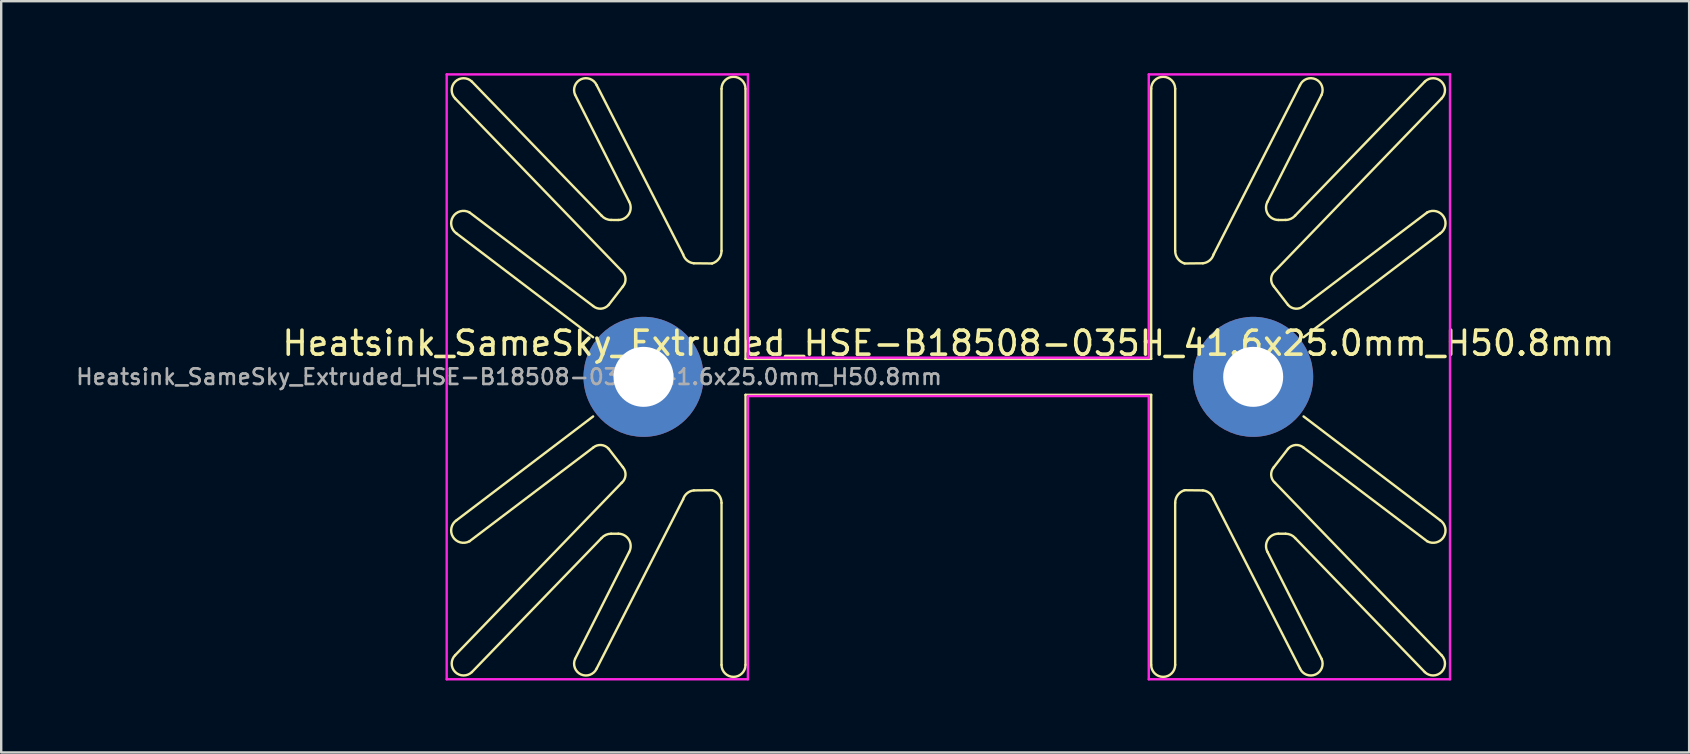
<source format=kicad_pcb>
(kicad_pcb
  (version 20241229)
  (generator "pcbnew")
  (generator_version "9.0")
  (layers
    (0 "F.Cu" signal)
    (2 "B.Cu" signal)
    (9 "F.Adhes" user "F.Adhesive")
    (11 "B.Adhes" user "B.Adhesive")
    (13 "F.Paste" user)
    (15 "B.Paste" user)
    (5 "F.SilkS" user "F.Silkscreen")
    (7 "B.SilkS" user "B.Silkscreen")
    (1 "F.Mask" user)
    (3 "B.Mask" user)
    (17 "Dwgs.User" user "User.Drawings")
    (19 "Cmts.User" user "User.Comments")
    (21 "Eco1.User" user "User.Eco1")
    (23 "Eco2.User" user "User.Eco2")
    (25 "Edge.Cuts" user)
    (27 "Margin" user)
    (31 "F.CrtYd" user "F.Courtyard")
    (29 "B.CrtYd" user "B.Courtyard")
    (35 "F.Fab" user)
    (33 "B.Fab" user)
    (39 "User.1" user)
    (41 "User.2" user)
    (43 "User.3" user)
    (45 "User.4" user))
  (footprint "Heatsink_SameSky_Extruded_HSE-B18508-035H_41.6x25.0mm_H50.8mm"
    (layer "F.Cu")
    (at 36.46 12.65)
    (property "Reference" "Heatsink_SameSky_Extruded_HSE-B18508-035H_41.6x25.0mm_H50.8mm" (at 0 -1.4 0) (layer "F.SilkS") (effects (font (size 1 1) (thickness 0.15))))
    (attr through_hole)
    (fp_line (start -19.95 -6.85) (end -14.8 -2.95) (stroke (width 0.1) (type default)) (layer "F.SilkS"))
    (fp_line (start -19.95 6.85) (end -14.8 2.95) (stroke (width 0.1) (type default)) (layer "F.SilkS"))
    (fp_line (start -19.85 -12.3) (end -14.45 -6.718) (stroke (width 0.1) (type default)) (layer "F.SilkS"))
    (fp_line (start -19.85 12.3) (end -14.45 6.718) (stroke (width 0.1) (type default)) (layer "F.SilkS"))
    (fp_line (start -14.8 -1.65) (end -20.486 -5.972) (stroke (width 0.1) (type default)) (layer "F.SilkS"))
    (fp_line (start -14.8 1.65) (end -20.486 5.972) (stroke (width 0.1) (type default)) (layer "F.SilkS"))
    (fp_line (start -14.15 -3) (end -13.56 -3.765) (stroke (width 0.1) (type default)) (layer "F.SilkS"))
    (fp_line (start -14.15 3) (end -13.56 3.765) (stroke (width 0.1) (type default)) (layer "F.SilkS"))
    (fp_line (start -14.05 -6.536) (end -13.75 -6.535) (stroke (width 0.1) (type default)) (layer "F.SilkS"))
    (fp_line (start -14.05 6.536) (end -13.75 6.535) (stroke (width 0.1) (type default)) (layer "F.SilkS"))
    (fp_line (start -13.61 -4.415) (end -20.55 -11.6) (stroke (width 0.1) (type default)) (layer "F.SilkS"))
    (fp_line (start -13.61 4.415) (end -20.55 11.6) (stroke (width 0.1) (type default)) (layer "F.SilkS"))
    (fp_line (start -13.3 -7.3) (end -15.55 -11.75) (stroke (width 0.1) (type default)) (layer "F.SilkS"))
    (fp_line (start -13.3 7.3) (end -15.55 11.75) (stroke (width 0.1) (type default)) (layer "F.SilkS"))
    (fp_line (start -11.05 -5.1) (end -14.65 -12.15) (stroke (width 0.1) (type default)) (layer "F.SilkS"))
    (fp_line (start -11.05 5.1) (end -14.65 12.15) (stroke (width 0.1) (type default)) (layer "F.SilkS"))
    (fp_line (start -10.602 -4.731) (end -9.842 -4.723) (stroke (width 0.1) (type default)) (layer "F.SilkS"))
    (fp_line (start -10.602 4.731) (end -9.842 4.723) (stroke (width 0.1) (type default)) (layer "F.SilkS"))
    (fp_line (start -9.45 -12) (end -9.45 -5.25) (stroke (width 0.1) (type default)) (layer "F.SilkS"))
    (fp_line (start -9.45 12) (end -9.45 5.25) (stroke (width 0.1) (type default)) (layer "F.SilkS"))
    (fp_line (start -8.45 -0.75) (end -8.45 -12) (stroke (width 0.1) (type default)) (layer "F.SilkS"))
    (fp_line (start -8.45 0.75) (end -8.45 12) (stroke (width 0.1) (type default)) (layer "F.SilkS"))
    (fp_line (start 8.45 -0.75) (end -8.45 -0.75) (stroke (width 0.1) (type default)) (layer "F.SilkS"))
    (fp_line (start 8.45 -0.75) (end 8.45 -12) (stroke (width 0.1) (type default)) (layer "F.SilkS"))
    (fp_line (start 8.45 0.75) (end -8.45 0.75) (stroke (width 0.1) (type default)) (layer "F.SilkS"))
    (fp_line (start 8.45 0.75) (end 8.45 12) (stroke (width 0.1) (type default)) (layer "F.SilkS"))
    (fp_line (start 9.45 -12) (end 9.45 -5.25) (stroke (width 0.1) (type default)) (layer "F.SilkS"))
    (fp_line (start 9.45 12) (end 9.45 5.25) (stroke (width 0.1) (type default)) (layer "F.SilkS"))
    (fp_line (start 10.602 -4.731) (end 9.842 -4.723) (stroke (width 0.1) (type default)) (layer "F.SilkS"))
    (fp_line (start 10.602 4.731) (end 9.842 4.723) (stroke (width 0.1) (type default)) (layer "F.SilkS"))
    (fp_line (start 11.05 -5.1) (end 14.65 -12.15) (stroke (width 0.1) (type default)) (layer "F.SilkS"))
    (fp_line (start 11.05 5.1) (end 14.65 12.15) (stroke (width 0.1) (type default)) (layer "F.SilkS"))
    (fp_line (start 13.3 -7.3) (end 15.55 -11.75) (stroke (width 0.1) (type default)) (layer "F.SilkS"))
    (fp_line (start 13.3 7.3) (end 15.55 11.75) (stroke (width 0.1) (type default)) (layer "F.SilkS"))
    (fp_line (start 13.61 -4.415) (end 20.55 -11.6) (stroke (width 0.1) (type default)) (layer "F.SilkS"))
    (fp_line (start 13.61 4.415) (end 20.55 11.6) (stroke (width 0.1) (type default)) (layer "F.SilkS"))
    (fp_line (start 14.05 -6.536) (end 13.75 -6.535) (stroke (width 0.1) (type default)) (layer "F.SilkS"))
    (fp_line (start 14.05 6.536) (end 13.75 6.535) (stroke (width 0.1) (type default)) (layer "F.SilkS"))
    (fp_line (start 14.15 -3) (end 13.56 -3.765) (stroke (width 0.1) (type default)) (layer "F.SilkS"))
    (fp_line (start 14.15 3) (end 13.56 3.765) (stroke (width 0.1) (type default)) (layer "F.SilkS"))
    (fp_line (start 14.8 -1.65) (end 20.486 -5.972) (stroke (width 0.1) (type default)) (layer "F.SilkS"))
    (fp_line (start 14.8 1.65) (end 20.486 5.972) (stroke (width 0.1) (type default)) (layer "F.SilkS"))
    (fp_line (start 19.85 -12.3) (end 14.45 -6.718) (stroke (width 0.1) (type default)) (layer "F.SilkS"))
    (fp_line (start 19.85 12.3) (end 14.45 6.718) (stroke (width 0.1) (type default)) (layer "F.SilkS"))
    (fp_line (start 19.95 -6.85) (end 14.8 -2.95) (stroke (width 0.1) (type default)) (layer "F.SilkS"))
    (fp_line (start 19.95 6.85) (end 14.8 2.95) (stroke (width 0.1) (type default)) (layer "F.SilkS"))
    (fp_arc (start -20.55 -11.6) (mid -20.55 -12.3) (end -19.85 -12.3) (stroke (width 0.1) (type default)) (layer "F.SilkS"))
    (fp_arc (start -20.48555 -5.971675) (mid -20.639523 -6.667995) (end -19.95 -6.85) (stroke (width 0.1) (type default)) (layer "F.SilkS"))
    (fp_arc (start -19.95 6.85) (mid -20.639522 6.667994) (end -20.48555 5.971675) (stroke (width 0.1) (type default)) (layer "F.SilkS"))
    (fp_arc (start -19.85 12.3) (mid -20.55 12.3) (end -20.55 11.6) (stroke (width 0.1) (type default)) (layer "F.SilkS"))
    (fp_arc (start -15.55 -11.75) (mid -15.3 -12.4) (end -14.65 -12.15) (stroke (width 0.1) (type default)) (layer "F.SilkS"))
    (fp_arc (start -14.8 2.95) (mid -14.464645 2.840381) (end -14.15 3) (stroke (width 0.1) (type default)) (layer "F.SilkS"))
    (fp_arc (start -14.65 12.15) (mid -15.3 12.4) (end -15.55 11.75) (stroke (width 0.1) (type default)) (layer "F.SilkS"))
    (fp_arc (start -14.45 6.717721) (mid -14.269627 6.583713) (end -14.05 6.536214) (stroke (width 0.1) (type default)) (layer "F.SilkS"))
    (fp_arc (start -14.15 -3) (mid -14.464645 -2.840381) (end -14.8 -2.95) (stroke (width 0.1) (type default)) (layer "F.SilkS"))
    (fp_arc (start -14.05 -6.536214) (mid -14.269627 -6.583713) (end -14.45 -6.717721) (stroke (width 0.1) (type default)) (layer "F.SilkS"))
    (fp_arc (start -13.75 6.535218) (mid -13.306324 6.78894) (end -13.3 7.3) (stroke (width 0.1) (type default)) (layer "F.SilkS"))
    (fp_arc (start -13.609619 -4.414645) (mid -13.45 -4.1) (end -13.559619 -3.764645) (stroke (width 0.1) (type default)) (layer "F.SilkS"))
    (fp_arc (start -13.559619 3.764645) (mid -13.45 4.1) (end -13.609619 4.414645) (stroke (width 0.1) (type default)) (layer "F.SilkS"))
    (fp_arc (start -13.3 -7.3) (mid -13.306325 -6.78894) (end -13.75 -6.535218) (stroke (width 0.1) (type default)) (layer "F.SilkS"))
    (fp_arc (start -11.05 5.1) (mid -10.882082 4.847233) (end -10.601942 4.730576) (stroke (width 0.1) (type default)) (layer "F.SilkS"))
    (fp_arc (start -10.601942 -4.730576) (mid -10.882082 -4.847233) (end -11.05 -5.1) (stroke (width 0.1) (type default)) (layer "F.SilkS"))
    (fp_arc (start -9.841959 4.723196) (mid -9.558739 4.921688) (end -9.45 5.25) (stroke (width 0.1) (type default)) (layer "F.SilkS"))
    (fp_arc (start -9.45 -12) (mid -8.95 -12.5) (end -8.45 -12) (stroke (width 0.1) (type default)) (layer "F.SilkS"))
    (fp_arc (start -9.45 -5.25) (mid -9.558739 -4.921688) (end -9.841959 -4.723196) (stroke (width 0.1) (type default)) (layer "F.SilkS"))
    (fp_arc (start -8.45 12) (mid -8.95 12.5) (end -9.45 12) (stroke (width 0.1) (type default)) (layer "F.SilkS"))
    (fp_arc (start 8.45 -12) (mid 8.95 -12.5) (end 9.45 -12) (stroke (width 0.1) (type default)) (layer "F.SilkS"))
    (fp_arc (start 9.45 5.25) (mid 9.558739 4.921688) (end 9.841959 4.723196) (stroke (width 0.1) (type default)) (layer "F.SilkS"))
    (fp_arc (start 9.45 12) (mid 8.95 12.5) (end 8.45 12) (stroke (width 0.1) (type default)) (layer "F.SilkS"))
    (fp_arc (start 9.841959 -4.723196) (mid 9.558739 -4.921688) (end 9.45 -5.25) (stroke (width 0.1) (type default)) (layer "F.SilkS"))
    (fp_arc (start 10.601942 4.730576) (mid 10.882082 4.847233) (end 11.05 5.1) (stroke (width 0.1) (type default)) (layer "F.SilkS"))
    (fp_arc (start 11.05 -5.1) (mid 10.882082 -4.847233) (end 10.601942 -4.730576) (stroke (width 0.1) (type default)) (layer "F.SilkS"))
    (fp_arc (start 13.3 7.3) (mid 13.306325 6.78894) (end 13.75 6.535218) (stroke (width 0.1) (type default)) (layer "F.SilkS"))
    (fp_arc (start 13.559619 -3.764645) (mid 13.45 -4.1) (end 13.609619 -4.414645) (stroke (width 0.1) (type default)) (layer "F.SilkS"))
    (fp_arc (start 13.609619 4.414645) (mid 13.45 4.1) (end 13.559619 3.764645) (stroke (width 0.1) (type default)) (layer "F.SilkS"))
    (fp_arc (start 13.75 -6.535218) (mid 13.306324 -6.78894) (end 13.3 -7.3) (stroke (width 0.1) (type default)) (layer "F.SilkS"))
    (fp_arc (start 14.05 6.536214) (mid 14.269627 6.583713) (end 14.45 6.717721) (stroke (width 0.1) (type default)) (layer "F.SilkS"))
    (fp_arc (start 14.15 3) (mid 14.464645 2.840381) (end 14.8 2.95) (stroke (width 0.1) (type default)) (layer "F.SilkS"))
    (fp_arc (start 14.45 -6.717721) (mid 14.269627 -6.583713) (end 14.05 -6.536214) (stroke (width 0.1) (type default)) (layer "F.SilkS"))
    (fp_arc (start 14.65 -12.15) (mid 15.3 -12.4) (end 15.55 -11.75) (stroke (width 0.1) (type default)) (layer "F.SilkS"))
    (fp_arc (start 14.8 -2.95) (mid 14.464645 -2.840381) (end 14.15 -3) (stroke (width 0.1) (type default)) (layer "F.SilkS"))
    (fp_arc (start 15.55 11.75) (mid 15.3 12.4) (end 14.65 12.15) (stroke (width 0.1) (type default)) (layer "F.SilkS"))
    (fp_arc (start 19.85 -12.3) (mid 20.55 -12.3) (end 20.55 -11.6) (stroke (width 0.1) (type default)) (layer "F.SilkS"))
    (fp_arc (start 19.95 -6.85) (mid 20.639522 -6.667994) (end 20.48555 -5.971675) (stroke (width 0.1) (type default)) (layer "F.SilkS"))
    (fp_arc (start 20.48555 5.971675) (mid 20.639523 6.667995) (end 19.95 6.85) (stroke (width 0.1) (type default)) (layer "F.SilkS"))
    (fp_arc (start 20.55 11.6) (mid 20.55 12.3) (end 19.85 12.3) (stroke (width 0.1) (type default)) (layer "F.SilkS"))
    (fp_line (start -20.9 -12.6) (end -8.35 -12.6) (stroke (width 0.1) (type default)) (layer "F.CrtYd"))
    (fp_line (start -20.9 12.6) (end -20.9 -12.6) (stroke (width 0.1) (type solid)) (layer "F.CrtYd"))
    (fp_line (start -20.9 12.6) (end -8.35 12.6) (stroke (width 0.1) (type default)) (layer "F.CrtYd"))
    (fp_line (start -8.35 -12.6) (end -8.35 -0.8) (stroke (width 0.1) (type default)) (layer "F.CrtYd"))
    (fp_line (start -8.35 -0.8) (end 8.35 -0.8) (stroke (width 0.1) (type default)) (layer "F.CrtYd"))
    (fp_line (start -8.35 0.8) (end 8.35 0.8) (stroke (width 0.1) (type default)) (layer "F.CrtYd"))
    (fp_line (start -8.35 12.6) (end -8.35 0.8) (stroke (width 0.1) (type default)) (layer "F.CrtYd"))
    (fp_line (start 8.35 -12.6) (end 8.35 -0.8) (stroke (width 0.1) (type default)) (layer "F.CrtYd"))
    (fp_line (start 8.35 -12.6) (end 20.9 -12.6) (stroke (width 0.1) (type default)) (layer "F.CrtYd"))
    (fp_line (start 8.35 12.6) (end 8.35 0.8) (stroke (width 0.1) (type default)) (layer "F.CrtYd"))
    (fp_line (start 8.35 12.6) (end 20.9 12.6) (stroke (width 0.1) (type default)) (layer "F.CrtYd"))
    (fp_line (start 20.9 -12.6) (end 20.9 12.6) (stroke (width 0.1) (type solid)) (layer "F.CrtYd"))
    (fp_text user "${REFERENCE}" (at -0.2 0 0) (layer "F.Fab") (effects (font (size 0.65 0.65) (thickness 0.11)) (justify right)))
    (pad "1" thru_hole circle (at -12.7 0) (size 5 5) (drill 2.5) (layers "*.Cu" "*.Mask"))
    (pad "1" thru_hole circle (at 12.7 0) (size 5 5) (drill 2.5) (layers "*.Cu" "*.Mask")))
  (gr_rect
    (start -3 -3)
    (end 67.323 28.3)
    (stroke (width 0.1) (type default))
    (fill no)
    (layer "Edge.Cuts")))
</source>
